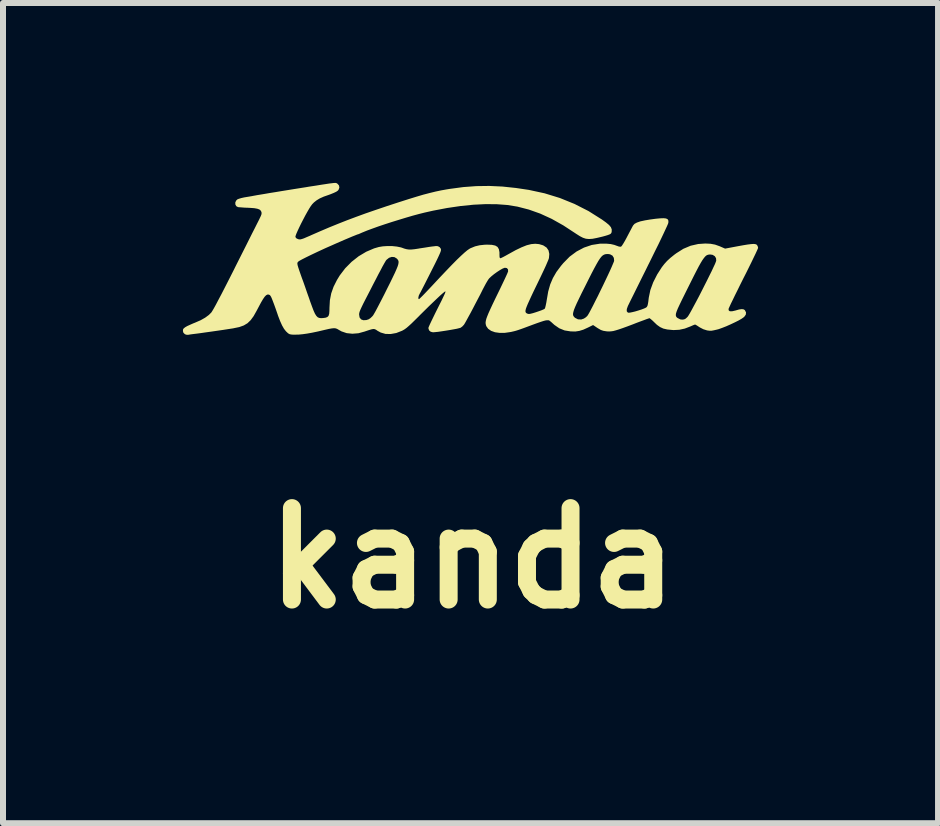
<source format=kicad_pcb>
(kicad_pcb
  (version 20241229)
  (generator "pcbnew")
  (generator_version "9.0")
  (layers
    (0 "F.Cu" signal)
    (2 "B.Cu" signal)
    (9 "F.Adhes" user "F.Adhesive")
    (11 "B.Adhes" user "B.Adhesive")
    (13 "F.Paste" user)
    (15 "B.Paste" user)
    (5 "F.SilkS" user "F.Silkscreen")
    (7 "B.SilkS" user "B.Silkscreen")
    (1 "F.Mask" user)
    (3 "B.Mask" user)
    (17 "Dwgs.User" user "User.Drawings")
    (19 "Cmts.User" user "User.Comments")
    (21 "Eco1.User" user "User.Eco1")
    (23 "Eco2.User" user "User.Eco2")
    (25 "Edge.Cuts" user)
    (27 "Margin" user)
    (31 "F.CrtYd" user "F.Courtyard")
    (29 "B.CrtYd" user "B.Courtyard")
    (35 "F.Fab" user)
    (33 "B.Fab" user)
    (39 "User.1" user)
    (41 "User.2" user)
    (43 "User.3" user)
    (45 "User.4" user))
  (footprint "kanda"
    (layer "F.Cu")
    (at 4.829 1.256)
    (property "Reference" "kanda" (at 0 5 0) (layer "F.SilkS") (effects (font (size 1.524 1.524) (thickness 0.3))))
    (attr board_only exclude_from_pos_files exclude_from_bom)
    (fp_poly (pts (xy -2.28 -1.256) (xy -2.271 -1.253) (xy -2.263 -1.25) (xy -2.256 -1.245) (xy -2.252 -1.242) (xy -2.227 -1.214) (xy -2.221 -1.178) (xy -2.235 -1.141) (xy -2.251 -1.124) (xy -2.274 -1.109) (xy -2.314 -1.09) (xy -2.363 -1.07) (xy -2.395 -1.058) (xy -2.481 -1.028) (xy -2.548 -0.998) (xy -2.601 -0.966) (xy -2.645 -0.931) (xy -2.674 -0.901) (xy -2.696 -0.872) (xy -2.724 -0.828) (xy -2.756 -0.773) (xy -2.791 -0.71) (xy -2.826 -0.643) (xy -2.861 -0.575) (xy -2.892 -0.511) (xy -2.919 -0.453) (xy -2.94 -0.405) (xy -2.952 -0.37) (xy -2.954 -0.354) (xy -2.937 -0.332) (xy -2.907 -0.318) (xy -2.889 -0.315) (xy -2.87 -0.315) (xy -2.846 -0.321) (xy -2.813 -0.332) (xy -2.767 -0.352) (xy -2.703 -0.379) (xy -2.698 -0.382) (xy -2.54 -0.451) (xy -2.39 -0.515) (xy -2.242 -0.575) (xy -2.095 -0.633) (xy -1.943 -0.69) (xy -1.784 -0.748) (xy -1.613 -0.807) (xy -1.427 -0.87) (xy -1.222 -0.937) (xy -1.212 -0.94) (xy -1.065 -0.987) (xy -0.935 -1.027) (xy -0.82 -1.061) (xy -0.716 -1.088) (xy -0.618 -1.112) (xy -0.524 -1.132) (xy -0.429 -1.149) (xy -0.379 -1.157) (xy -0.155 -1.187) (xy 0.062 -1.203) (xy 0.277 -1.206) (xy 0.496 -1.196) (xy 0.723 -1.172) (xy 0.938 -1.14) (xy 1.201 -1.083) (xy 1.455 -1.005) (xy 1.699 -0.906) (xy 1.933 -0.787) (xy 2.155 -0.647) (xy 2.223 -0.598) (xy 2.275 -0.555) (xy 2.306 -0.518) (xy 2.32 -0.481) (xy 2.319 -0.442) (xy 2.314 -0.424) (xy 2.304 -0.41) (xy 2.286 -0.399) (xy 2.255 -0.387) (xy 2.209 -0.373) (xy 2.161 -0.36) (xy 2.072 -0.339) (xy 2 -0.325) (xy 1.941 -0.321) (xy 1.889 -0.326) (xy 1.84 -0.342) (xy 1.788 -0.369) (xy 1.728 -0.407) (xy 1.713 -0.417) (xy 1.513 -0.548) (xy 1.319 -0.657) (xy 1.127 -0.745) (xy 0.938 -0.812) (xy 0.748 -0.861) (xy 0.582 -0.888) (xy 0.409 -0.901) (xy 0.219 -0.903) (xy 0.015 -0.893) (xy -0.201 -0.871) (xy -0.426 -0.838) (xy -0.657 -0.794) (xy -0.799 -0.762) (xy -0.891 -0.739) (xy -0.995 -0.711) (xy -1.108 -0.678) (xy -1.226 -0.642) (xy -1.346 -0.605) (xy -1.463 -0.567) (xy -1.573 -0.53) (xy -1.673 -0.494) (xy -1.76 -0.462) (xy -1.828 -0.434) (xy -1.843 -0.428) (xy -1.877 -0.413) (xy -1.902 -0.402) (xy -1.911 -0.4) (xy -1.926 -0.395) (xy -1.958 -0.382) (xy -2.006 -0.363) (xy -2.065 -0.338) (xy -2.134 -0.309) (xy -2.207 -0.277) (xy -2.283 -0.244) (xy -2.357 -0.211) (xy -2.428 -0.18) (xy -2.468 -0.162) (xy -2.589 -0.106) (xy -2.692 -0.057) (xy -2.776 -0.016) (xy -2.841 0.017) (xy -2.885 0.041) (xy -2.907 0.056) (xy -2.915 0.066) (xy -2.921 0.077) (xy -2.921 0.093) (xy -2.917 0.117) (xy -2.907 0.151) (xy -2.891 0.2) (xy -2.868 0.266) (xy -2.849 0.32) (xy -2.822 0.393) (xy -2.791 0.481) (xy -2.759 0.574) (xy -2.727 0.664) (xy -2.709 0.717) (xy -2.677 0.805) (xy -2.651 0.873) (xy -2.628 0.924) (xy -2.606 0.959) (xy -2.584 0.982) (xy -2.559 0.994) (xy -2.53 0.998) (xy -2.496 0.997) (xy -2.452 0.991) (xy -2.422 0.98) (xy -2.402 0.961) (xy -2.395 0.938) (xy -1.892 0.938) (xy -1.884 0.987) (xy -1.859 1.019) (xy -1.821 1.033) (xy -1.771 1.03) (xy -1.734 1.018) (xy -1.703 0.998) (xy -1.671 0.967) (xy -1.657 0.95) (xy -1.644 0.928) (xy -1.621 0.888) (xy -1.591 0.832) (xy -1.555 0.763) (xy -1.514 0.684) (xy -1.47 0.598) (xy -1.428 0.513) (xy -1.373 0.404) (xy -1.329 0.313) (xy -1.294 0.24) (xy -1.268 0.181) (xy -1.249 0.134) (xy -1.238 0.098) (xy -1.234 0.07) (xy -1.235 0.048) (xy -1.242 0.031) (xy -1.254 0.015) (xy -1.263 0.005) (xy -1.302 -0.019) (xy -1.347 -0.023) (xy -1.393 -0.008) (xy -1.434 0.025) (xy -1.443 0.035) (xy -1.455 0.055) (xy -1.476 0.091) (xy -1.504 0.141) (xy -1.535 0.201) (xy -1.569 0.264) (xy -1.61 0.344) (xy -1.658 0.436) (xy -1.707 0.532) (xy -1.754 0.623) (xy -1.782 0.677) (xy -1.822 0.755) (xy -1.851 0.815) (xy -1.872 0.861) (xy -1.885 0.895) (xy -1.891 0.922) (xy -1.892 0.938) (xy -2.395 0.938) (xy -2.391 0.929) (xy -2.387 0.88) (xy -2.386 0.824) (xy -2.379 0.7) (xy -2.357 0.586) (xy -2.318 0.475) (xy -2.261 0.362) (xy -2.214 0.285) (xy -2.123 0.166) (xy -2.017 0.059) (xy -1.899 -0.034) (xy -1.773 -0.109) (xy -1.642 -0.165) (xy -1.563 -0.188) (xy -1.496 -0.199) (xy -1.418 -0.204) (xy -1.337 -0.203) (xy -1.261 -0.195) (xy -1.198 -0.182) (xy -1.181 -0.177) (xy -1.137 -0.161) (xy -1.099 -0.151) (xy -1.063 -0.146) (xy -1.022 -0.146) (xy -0.97 -0.151) (xy -0.903 -0.161) (xy -0.882 -0.165) (xy -0.795 -0.178) (xy -0.728 -0.189) (xy -0.678 -0.196) (xy -0.642 -0.2) (xy -0.616 -0.203) (xy -0.598 -0.203) (xy -0.585 -0.202) (xy -0.576 -0.2) (xy -0.549 -0.185) (xy -0.531 -0.161) (xy -0.528 -0.152) (xy -0.527 -0.14) (xy -0.529 -0.125) (xy -0.536 -0.103) (xy -0.549 -0.072) (xy -0.568 -0.03) (xy -0.594 0.025) (xy -0.629 0.096) (xy -0.674 0.185) (xy -0.687 0.211) (xy -0.73 0.296) (xy -0.77 0.375) (xy -0.806 0.446) (xy -0.837 0.506) (xy -0.861 0.553) (xy -0.877 0.583) (xy -0.882 0.591) (xy -0.897 0.623) (xy -0.904 0.654) (xy -0.903 0.675) (xy -0.894 0.682) (xy -0.883 0.673) (xy -0.859 0.65) (xy -0.823 0.614) (xy -0.779 0.568) (xy -0.727 0.513) (xy -0.676 0.459) (xy -0.551 0.325) (xy -0.441 0.209) (xy -0.345 0.109) (xy -0.262 0.025) (xy -0.191 -0.043) (xy -0.133 -0.096) (xy -0.086 -0.135) (xy -0.049 -0.16) (xy -0.034 -0.168) (xy 0.042 -0.199) (xy 0.118 -0.217) (xy 0.203 -0.226) (xy 0.247 -0.227) (xy 0.322 -0.224) (xy 0.378 -0.212) (xy 0.416 -0.189) (xy 0.438 -0.152) (xy 0.448 -0.101) (xy 0.448 -0.069) (xy 0.449 -0.027) (xy 0.454 -0.006) (xy 0.463 0) (xy 0.479 -0.006) (xy 0.51 -0.021) (xy 0.553 -0.044) (xy 0.603 -0.072) (xy 0.607 -0.074) (xy 0.719 -0.136) (xy 0.817 -0.183) (xy 0.902 -0.217) (xy 0.977 -0.236) (xy 1.045 -0.242) (xy 1.108 -0.236) (xy 1.169 -0.218) (xy 1.183 -0.212) (xy 1.234 -0.178) (xy 1.266 -0.131) (xy 1.279 -0.072) (xy 1.273 -0.003) (xy 1.271 0.003) (xy 1.263 0.027) (xy 1.245 0.069) (xy 1.221 0.125) (xy 1.19 0.192) (xy 1.155 0.266) (xy 1.125 0.329) (xy 1.066 0.451) (xy 1.016 0.554) (xy 0.976 0.639) (xy 0.944 0.709) (xy 0.919 0.764) (xy 0.901 0.808) (xy 0.889 0.841) (xy 0.883 0.866) (xy 0.881 0.884) (xy 0.884 0.897) (xy 0.889 0.907) (xy 0.896 0.914) (xy 0.918 0.925) (xy 0.94 0.929) (xy 0.946 0.928) (xy 1.674 0.928) (xy 1.676 0.95) (xy 1.684 0.967) (xy 1.696 0.982) (xy 1.71 0.994) (xy 1.757 1.018) (xy 1.81 1.021) (xy 1.855 1.006) (xy 1.887 0.985) (xy 1.912 0.962) (xy 1.922 0.947) (xy 3.388 0.947) (xy 3.392 0.968) (xy 3.403 0.984) (xy 3.416 0.995) (xy 3.463 1.019) (xy 3.496 1.023) (xy 3.527 1.019) (xy 3.553 1.006) (xy 3.582 0.979) (xy 3.584 0.977) (xy 3.598 0.957) (xy 3.621 0.919) (xy 3.651 0.865) (xy 3.687 0.798) (xy 3.728 0.722) (xy 3.772 0.639) (xy 3.817 0.551) (xy 3.862 0.462) (xy 3.906 0.375) (xy 3.947 0.292) (xy 3.985 0.216) (xy 4.016 0.149) (xy 4.041 0.096) (xy 4.056 0.058) (xy 4.062 0.04) (xy 4.059 -0.001) (xy 4.038 -0.035) (xy 4.002 -0.057) (xy 3.963 -0.063) (xy 3.944 -0.062) (xy 3.926 -0.059) (xy 3.909 -0.053) (xy 3.891 -0.042) (xy 3.873 -0.024) (xy 3.853 0.001) (xy 3.829 0.035) (xy 3.802 0.08) (xy 3.77 0.137) (xy 3.733 0.208) (xy 3.689 0.294) (xy 3.638 0.396) (xy 3.578 0.516) (xy 3.509 0.655) (xy 3.493 0.687) (xy 3.453 0.77) (xy 3.423 0.834) (xy 3.403 0.883) (xy 3.391 0.92) (xy 3.388 0.947) (xy 1.922 0.947) (xy 1.925 0.943) (xy 1.947 0.905) (xy 1.975 0.852) (xy 2.009 0.787) (xy 2.047 0.711) (xy 2.089 0.629) (xy 2.131 0.542) (xy 2.174 0.454) (xy 2.215 0.368) (xy 2.254 0.286) (xy 2.289 0.211) (xy 2.318 0.146) (xy 2.34 0.094) (xy 2.355 0.058) (xy 2.36 0.041) (xy 2.355 -0.007) (xy 2.332 -0.044) (xy 2.292 -0.066) (xy 2.258 -0.071) (xy 2.232 -0.07) (xy 2.21 -0.067) (xy 2.189 -0.059) (xy 2.168 -0.046) (xy 2.146 -0.025) (xy 2.123 0.005) (xy 2.096 0.046) (xy 2.065 0.1) (xy 2.028 0.168) (xy 1.984 0.252) (xy 1.933 0.353) (xy 1.873 0.473) (xy 1.817 0.584) (xy 1.772 0.677) (xy 1.736 0.752) (xy 1.709 0.813) (xy 1.69 0.861) (xy 1.679 0.899) (xy 1.674 0.928) (xy 0.946 0.928) (xy 0.966 0.925) (xy 1.006 0.915) (xy 1.054 0.9) (xy 1.104 0.883) (xy 1.149 0.867) (xy 1.184 0.852) (xy 1.203 0.841) (xy 1.21 0.824) (xy 1.219 0.788) (xy 1.229 0.74) (xy 1.238 0.686) (xy 1.261 0.553) (xy 1.294 0.436) (xy 1.339 0.33) (xy 1.398 0.228) (xy 1.475 0.125) (xy 1.513 0.08) (xy 1.618 -0.027) (xy 1.734 -0.113) (xy 1.857 -0.178) (xy 1.987 -0.222) (xy 2.122 -0.243) (xy 2.227 -0.244) (xy 2.303 -0.237) (xy 2.363 -0.223) (xy 2.396 -0.211) (xy 2.438 -0.196) (xy 2.465 -0.192) (xy 2.478 -0.196) (xy 2.49 -0.21) (xy 2.511 -0.242) (xy 2.537 -0.286) (xy 2.566 -0.339) (xy 2.58 -0.366) (xy 2.61 -0.423) (xy 2.637 -0.474) (xy 2.659 -0.516) (xy 2.673 -0.542) (xy 2.677 -0.548) (xy 2.7 -0.574) (xy 2.739 -0.595) (xy 2.796 -0.615) (xy 2.874 -0.632) (xy 2.958 -0.646) (xy 3.053 -0.659) (xy 3.128 -0.666) (xy 3.184 -0.668) (xy 3.223 -0.664) (xy 3.249 -0.653) (xy 3.262 -0.636) (xy 3.265 -0.611) (xy 3.263 -0.589) (xy 3.257 -0.572) (xy 3.241 -0.535) (xy 3.216 -0.481) (xy 3.184 -0.412) (xy 3.145 -0.33) (xy 3.1 -0.236) (xy 3.049 -0.134) (xy 2.995 -0.024) (xy 2.938 0.092) (xy 2.937 0.093) (xy 2.88 0.209) (xy 2.824 0.321) (xy 2.772 0.426) (xy 2.725 0.521) (xy 2.683 0.606) (xy 2.647 0.678) (xy 2.619 0.735) (xy 2.599 0.776) (xy 2.589 0.796) (xy 2.571 0.847) (xy 2.57 0.883) (xy 2.586 0.903) (xy 2.601 0.908) (xy 2.624 0.906) (xy 2.664 0.898) (xy 2.713 0.886) (xy 2.766 0.87) (xy 2.816 0.854) (xy 2.858 0.838) (xy 2.878 0.829) (xy 2.895 0.82) (xy 2.906 0.809) (xy 2.915 0.793) (xy 2.922 0.767) (xy 2.929 0.727) (xy 2.936 0.668) (xy 2.938 0.654) (xy 2.964 0.529) (xy 3.011 0.401) (xy 3.078 0.269) (xy 3.155 0.149) (xy 3.197 0.095) (xy 3.242 0.045) (xy 3.296 -0.005) (xy 3.363 -0.059) (xy 3.397 -0.084) (xy 3.514 -0.158) (xy 3.635 -0.209) (xy 3.762 -0.238) (xy 3.879 -0.246) (xy 3.966 -0.242) (xy 4.042 -0.228) (xy 4.118 -0.201) (xy 4.141 -0.191) (xy 4.21 -0.161) (xy 4.417 -0.2) (xy 4.511 -0.217) (xy 4.584 -0.229) (xy 4.64 -0.236) (xy 4.681 -0.239) (xy 4.709 -0.237) (xy 4.729 -0.231) (xy 4.742 -0.221) (xy 4.744 -0.218) (xy 4.757 -0.191) (xy 4.76 -0.173) (xy 4.755 -0.159) (xy 4.74 -0.125) (xy 4.717 -0.075) (xy 4.686 -0.011) (xy 4.649 0.066) (xy 4.606 0.153) (xy 4.559 0.248) (xy 4.513 0.338) (xy 4.463 0.438) (xy 4.417 0.532) (xy 4.374 0.618) (xy 4.338 0.693) (xy 4.307 0.756) (xy 4.285 0.804) (xy 4.271 0.835) (xy 4.267 0.848) (xy 4.272 0.872) (xy 4.291 0.884) (xy 4.325 0.884) (xy 4.378 0.872) (xy 4.382 0.871) (xy 4.442 0.854) (xy 4.484 0.848) (xy 4.514 0.85) (xy 4.536 0.862) (xy 4.541 0.868) (xy 4.559 0.903) (xy 4.555 0.94) (xy 4.529 0.976) (xy 4.522 0.982) (xy 4.487 1.007) (xy 4.435 1.037) (xy 4.371 1.069) (xy 4.301 1.102) (xy 4.229 1.134) (xy 4.16 1.161) (xy 4.101 1.182) (xy 4.074 1.189) (xy 4.022 1.201) (xy 3.983 1.208) (xy 3.951 1.208) (xy 3.919 1.204) (xy 3.904 1.201) (xy 3.847 1.183) (xy 3.791 1.154) (xy 3.778 1.146) (xy 3.745 1.124) (xy 3.72 1.109) (xy 3.71 1.105) (xy 3.695 1.109) (xy 3.666 1.121) (xy 3.635 1.135) (xy 3.538 1.172) (xy 3.446 1.192) (xy 3.351 1.197) (xy 3.326 1.195) (xy 3.245 1.187) (xy 3.18 1.172) (xy 3.126 1.147) (xy 3.074 1.11) (xy 3.035 1.073) (xy 3.001 1.04) (xy 2.972 1.015) (xy 2.954 1.001) (xy 2.95 0.999) (xy 2.936 1.003) (xy 2.903 1.014) (xy 2.855 1.032) (xy 2.795 1.054) (xy 2.726 1.08) (xy 2.681 1.098) (xy 2.583 1.135) (xy 2.503 1.164) (xy 2.439 1.186) (xy 2.387 1.202) (xy 2.345 1.213) (xy 2.31 1.218) (xy 2.278 1.22) (xy 2.245 1.219) (xy 2.227 1.217) (xy 2.179 1.209) (xy 2.138 1.195) (xy 2.093 1.169) (xy 2.08 1.161) (xy 2.009 1.113) (xy 1.924 1.155) (xy 1.847 1.19) (xy 1.779 1.211) (xy 1.712 1.221) (xy 1.636 1.219) (xy 1.634 1.219) (xy 1.534 1.203) (xy 1.445 1.167) (xy 1.364 1.111) (xy 1.344 1.093) (xy 1.312 1.064) (xy 1.285 1.042) (xy 1.268 1.033) (xy 1.267 1.033) (xy 1.244 1.033) (xy 1.218 1.036) (xy 1.183 1.045) (xy 1.137 1.06) (xy 1.076 1.081) (xy 1.005 1.107) (xy 0.919 1.139) (xy 0.852 1.164) (xy 0.799 1.183) (xy 0.758 1.197) (xy 0.723 1.208) (xy 0.693 1.216) (xy 0.663 1.223) (xy 0.637 1.229) (xy 0.54 1.243) (xy 0.451 1.244) (xy 0.373 1.233) (xy 0.309 1.21) (xy 0.259 1.175) (xy 0.228 1.131) (xy 0.223 1.114) (xy 0.218 1.093) (xy 0.217 1.069) (xy 0.221 1.042) (xy 0.229 1.009) (xy 0.244 0.968) (xy 0.265 0.916) (xy 0.294 0.852) (xy 0.331 0.772) (xy 0.377 0.676) (xy 0.42 0.588) (xy 0.461 0.504) (xy 0.498 0.426) (xy 0.531 0.357) (xy 0.558 0.299) (xy 0.578 0.255) (xy 0.589 0.227) (xy 0.592 0.221) (xy 0.591 0.187) (xy 0.572 0.164) (xy 0.54 0.158) (xy 0.531 0.16) (xy 0.5 0.172) (xy 0.456 0.197) (xy 0.407 0.229) (xy 0.357 0.265) (xy 0.313 0.301) (xy 0.279 0.333) (xy 0.268 0.346) (xy 0.249 0.375) (xy 0.223 0.419) (xy 0.194 0.473) (xy 0.164 0.53) (xy 0.162 0.535) (xy 0.127 0.605) (xy 0.087 0.681) (xy 0.046 0.759) (xy 0.005 0.838) (xy -0.034 0.912) (xy -0.071 0.979) (xy -0.102 1.036) (xy -0.126 1.079) (xy -0.142 1.105) (xy -0.144 1.108) (xy -0.171 1.137) (xy -0.201 1.159) (xy -0.223 1.165) (xy -0.263 1.175) (xy -0.317 1.185) (xy -0.379 1.196) (xy -0.446 1.207) (xy -0.512 1.217) (xy -0.573 1.226) (xy -0.623 1.231) (xy -0.658 1.234) (xy -0.661 1.234) (xy -0.698 1.225) (xy -0.725 1.202) (xy -0.736 1.17) (xy -0.735 1.154) (xy -0.727 1.135) (xy -0.711 1.099) (xy -0.687 1.048) (xy -0.657 0.986) (xy -0.623 0.916) (xy -0.598 0.866) (xy -0.553 0.776) (xy -0.517 0.705) (xy -0.491 0.65) (xy -0.472 0.61) (xy -0.46 0.583) (xy -0.454 0.565) (xy -0.452 0.556) (xy -0.455 0.553) (xy -0.456 0.552) (xy -0.47 0.561) (xy -0.498 0.584) (xy -0.539 0.62) (xy -0.591 0.669) (xy -0.653 0.728) (xy -0.723 0.795) (xy -0.798 0.869) (xy -0.878 0.948) (xy -0.894 0.965) (xy -0.963 1.033) (xy -1.018 1.087) (xy -1.063 1.128) (xy -1.099 1.159) (xy -1.13 1.182) (xy -1.158 1.199) (xy -1.177 1.209) (xy -1.272 1.246) (xy -1.366 1.263) (xy -1.453 1.261) (xy -1.532 1.238) (xy -1.585 1.209) (xy -1.609 1.192) (xy -1.631 1.182) (xy -1.654 1.179) (xy -1.683 1.184) (xy -1.724 1.196) (xy -1.781 1.215) (xy -1.798 1.221) (xy -1.903 1.25) (xy -2.005 1.258) (xy -2.1 1.248) (xy -2.185 1.219) (xy -2.228 1.195) (xy -2.255 1.179) (xy -2.28 1.169) (xy -2.309 1.166) (xy -2.346 1.169) (xy -2.397 1.178) (xy -2.458 1.192) (xy -2.577 1.22) (xy -2.677 1.241) (xy -2.761 1.256) (xy -2.833 1.266) (xy -2.895 1.272) (xy -2.935 1.273) (xy -2.988 1.274) (xy -3.024 1.271) (xy -3.049 1.266) (xy -3.069 1.255) (xy -3.076 1.251) (xy -3.111 1.218) (xy -3.144 1.176) (xy -3.176 1.12) (xy -3.209 1.047) (xy -3.244 0.956) (xy -3.252 0.931) (xy -3.284 0.839) (xy -3.31 0.767) (xy -3.331 0.712) (xy -3.347 0.671) (xy -3.359 0.644) (xy -3.37 0.626) (xy -3.379 0.615) (xy -3.385 0.611) (xy -3.405 0.604) (xy -3.424 0.606) (xy -3.444 0.618) (xy -3.467 0.642) (xy -3.494 0.681) (xy -3.527 0.737) (xy -3.566 0.81) (xy -3.602 0.878) (xy -3.651 0.965) (xy -3.7 1.032) (xy -3.753 1.083) (xy -3.815 1.12) (xy -3.89 1.147) (xy -3.982 1.166) (xy -3.99 1.168) (xy -4.068 1.18) (xy -4.158 1.194) (xy -4.255 1.208) (xy -4.352 1.222) (xy -4.446 1.235) (xy -4.529 1.247) (xy -4.596 1.256) (xy -4.613 1.258) (xy -4.663 1.264) (xy -4.707 1.27) (xy -4.736 1.275) (xy -4.743 1.276) (xy -4.771 1.275) (xy -4.796 1.266) (xy -4.821 1.242) (xy -4.829 1.214) (xy -4.828 1.188) (xy -4.816 1.169) (xy -4.789 1.148) (xy -4.787 1.147) (xy -4.757 1.13) (xy -4.711 1.109) (xy -4.659 1.086) (xy -4.631 1.075) (xy -4.534 1.033) (xy -4.458 0.99) (xy -4.397 0.945) (xy -4.356 0.904) (xy -4.341 0.881) (xy -4.316 0.839) (xy -4.281 0.776) (xy -4.238 0.694) (xy -4.185 0.594) (xy -4.124 0.475) (xy -4.055 0.34) (xy -3.978 0.188) (xy -3.952 0.135) (xy -3.89 0.012) (xy -3.83 -0.107) (xy -3.773 -0.22) (xy -3.721 -0.324) (xy -3.674 -0.418) (xy -3.632 -0.5) (xy -3.598 -0.568) (xy -3.572 -0.619) (xy -3.555 -0.653) (xy -3.551 -0.662) (xy -3.53 -0.706) (xy -3.519 -0.736) (xy -3.518 -0.758) (xy -3.521 -0.773) (xy -3.534 -0.797) (xy -3.555 -0.814) (xy -3.589 -0.826) (xy -3.638 -0.835) (xy -3.705 -0.84) (xy -3.741 -0.842) (xy -3.799 -0.844) (xy -3.85 -0.848) (xy -3.89 -0.851) (xy -3.911 -0.853) (xy -3.94 -0.869) (xy -3.955 -0.897) (xy -3.956 -0.931) (xy -3.941 -0.963) (xy -3.921 -0.982) (xy -3.896 -0.992) (xy -3.856 -1.004) (xy -3.807 -1.015) (xy -3.789 -1.018) (xy -3.734 -1.027) (xy -3.681 -1.036) (xy -3.64 -1.044) (xy -3.632 -1.045) (xy -3.596 -1.052) (xy -3.54 -1.061) (xy -3.468 -1.073) (xy -3.382 -1.088) (xy -3.287 -1.103) (xy -3.185 -1.12) (xy -3.08 -1.137) (xy -2.975 -1.154) (xy -2.874 -1.17) (xy -2.779 -1.185) (xy -2.727 -1.194) (xy -2.614 -1.211) (xy -2.522 -1.226) (xy -2.449 -1.237) (xy -2.391 -1.246) (xy -2.348 -1.251) (xy -2.317 -1.255) (xy -2.295 -1.256)) (stroke (width 0) (type solid)) (fill yes) (layer "F.SilkS")))
  (gr_rect
    (start -3 -3)
    (end 12.589 10.674)
    (stroke (width 0.1) (type default))
    (fill no)
    (layer "Edge.Cuts")))
</source>
